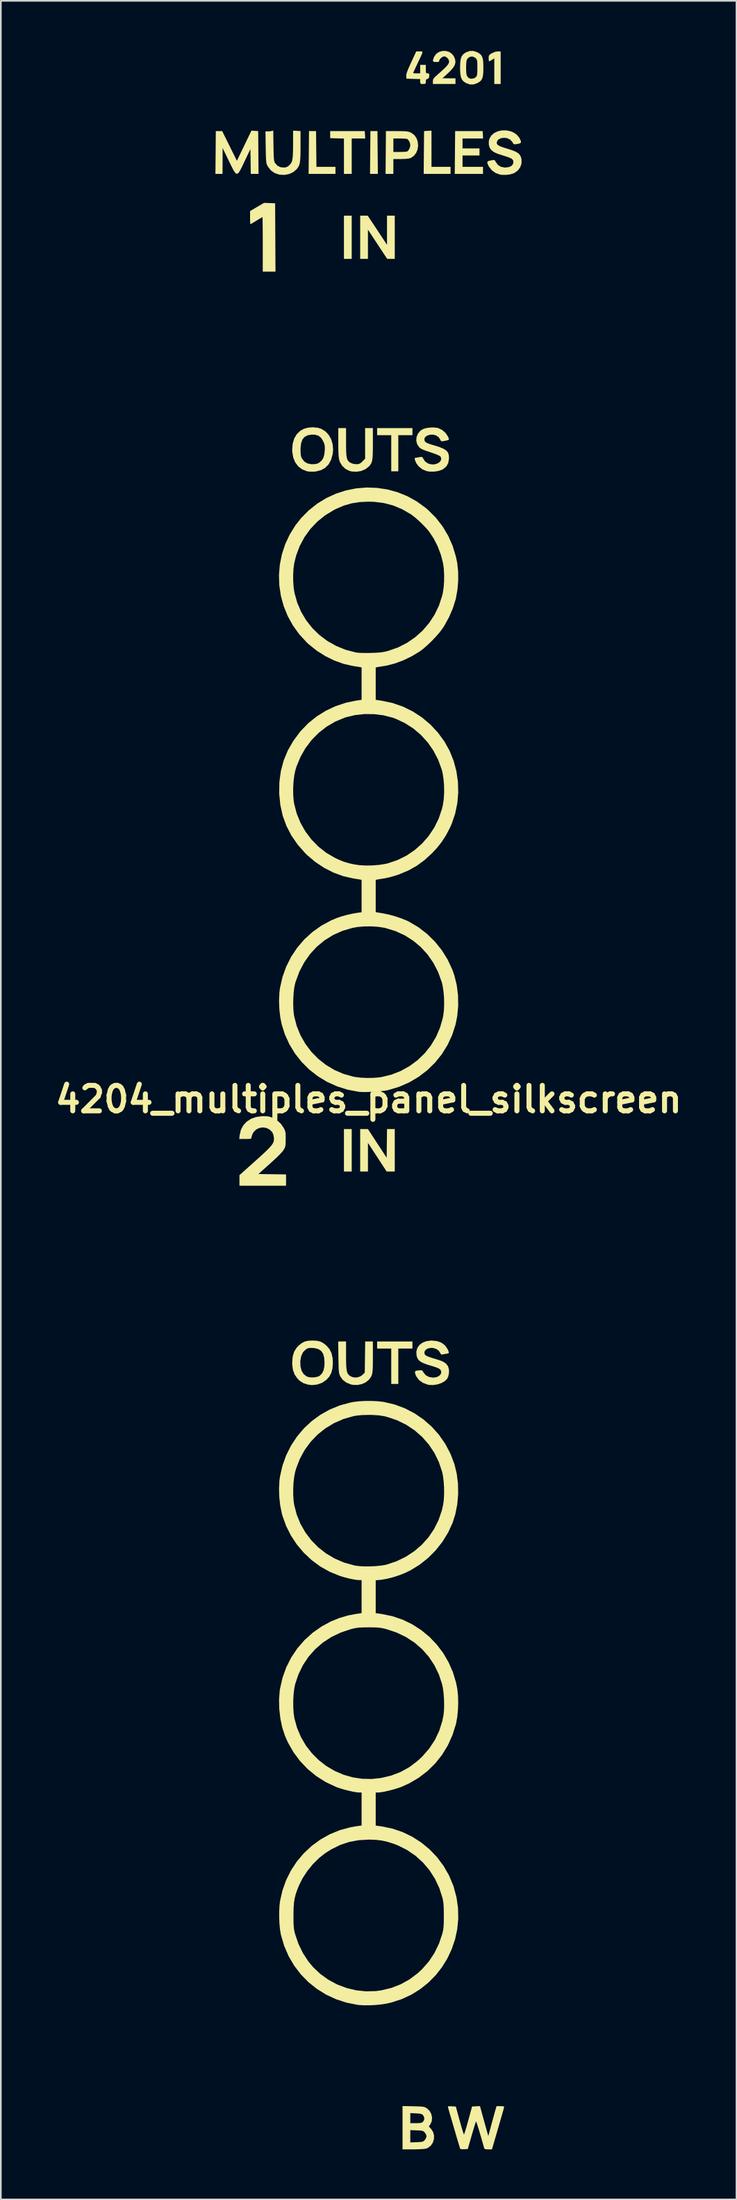
<source format=kicad_pcb>
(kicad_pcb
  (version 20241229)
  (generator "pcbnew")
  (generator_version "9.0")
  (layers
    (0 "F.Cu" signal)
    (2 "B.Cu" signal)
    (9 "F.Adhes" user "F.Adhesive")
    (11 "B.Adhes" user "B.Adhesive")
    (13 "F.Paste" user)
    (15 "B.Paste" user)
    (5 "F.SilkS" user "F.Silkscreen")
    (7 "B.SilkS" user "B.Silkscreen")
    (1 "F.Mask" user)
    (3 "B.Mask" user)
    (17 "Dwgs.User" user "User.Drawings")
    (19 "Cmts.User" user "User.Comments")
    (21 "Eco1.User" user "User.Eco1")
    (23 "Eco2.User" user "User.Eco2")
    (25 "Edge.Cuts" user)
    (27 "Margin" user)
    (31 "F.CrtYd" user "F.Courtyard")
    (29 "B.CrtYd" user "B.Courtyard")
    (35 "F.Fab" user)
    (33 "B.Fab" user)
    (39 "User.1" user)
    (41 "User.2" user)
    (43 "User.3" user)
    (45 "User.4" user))
  (footprint "4204_multiples_panel_silkscreen"
    (layer "F.Cu")
    (at 19.057 62.787)
    (property "Reference" "4204_multiples_panel_silkscreen" (at 0 0 0) (layer "F.SilkS") (effects (font (size 1.524 1.524) (thickness 0.3))))
    (attr board_only exclude_from_pos_files exclude_from_bom)
    (fp_poly (pts (xy -1.016 -50.334) (xy -1.482 -50.334) (xy -1.482 -52.92) (xy -1.016 -52.92)) (stroke (width 0) (type solid)) (fill yes) (layer "F.SilkS"))
    (fp_poly (pts (xy -1.016 4.325) (xy -1.482 4.325) (xy -1.482 1.781) (xy -1.016 1.781)) (stroke (width 0) (type solid)) (fill yes) (layer "F.SilkS"))
    (fp_poly (pts (xy 0.54 -56.705) (xy 0.552 -55.422) (xy 0.083 -55.422) (xy 0.095 -56.705) (xy 0.106 -57.987) (xy 0.529 -57.987)) (stroke (width 0) (type solid)) (fill yes) (layer "F.SilkS"))
    (fp_poly (pts (xy 3.768 -55.846) (xy 4.911 -55.846) (xy 4.911 -55.422) (xy 3.301 -55.422) (xy 3.312 -56.705) (xy 3.323 -57.987) (xy 3.768 -58.013)) (stroke (width 0) (type solid)) (fill yes) (layer "F.SilkS"))
    (fp_poly (pts (xy -3.143 -56.917) (xy -3.131 -55.846) (xy -1.99 -55.846) (xy -1.99 -55.422) (xy -3.6 -55.422) (xy -3.588 -56.705) (xy -3.577 -57.987) (xy -3.154 -57.987)) (stroke (width 0) (type solid)) (fill yes) (layer "F.SilkS"))
    (fp_poly (pts (xy 2.625 -39.775) (xy 1.778 -39.775) (xy 1.778 -37.612) (xy 1.355 -37.612) (xy 1.355 -39.775) (xy 0.508 -39.775) (xy 0.508 -40.199) (xy 2.625 -40.199)) (stroke (width 0) (type solid)) (fill yes) (layer "F.SilkS"))
    (fp_poly (pts (xy 2.625 14.926) (xy 1.778 14.926) (xy 1.778 17.046) (xy 1.355 17.046) (xy 1.355 14.926) (xy 0.508 14.926) (xy 0.508 14.502) (xy 2.625 14.502)) (stroke (width 0) (type solid)) (fill yes) (layer "F.SilkS"))
    (fp_poly (pts (xy -0.22 -57.765) (xy -0.207 -57.542) (xy -1.016 -57.542) (xy -1.016 -55.422) (xy -1.482 -55.422) (xy -1.482 -57.539) (xy -1.894 -57.551) (xy -2.307 -57.563) (xy -2.307 -57.987) (xy -0.233 -57.987)) (stroke (width 0) (type solid)) (fill yes) (layer "F.SilkS"))
    (fp_poly (pts (xy 0.523 -52.048) (xy 1.101 -51.176) (xy 1.101 -52.92) (xy 1.566 -52.92) (xy 1.566 -50.334) (xy 1.111 -50.334) (xy 0.534 -51.208) (xy -0.042 -52.083) (xy -0.042 -50.334) (xy -0.508 -50.334) (xy -0.508 -52.92) (xy -0.054 -52.92)) (stroke (width 0) (type solid)) (fill yes) (layer "F.SilkS"))
    (fp_poly (pts (xy 6.85 -57.765) (xy 6.862 -57.542) (xy 5.63 -57.542) (xy 5.63 -56.949) (xy 6.646 -56.949) (xy 6.646 -56.525) (xy 5.63 -56.525) (xy 5.63 -55.846) (xy 6.858 -55.846) (xy 6.858 -55.422) (xy 5.163 -55.422) (xy 5.175 -56.705) (xy 5.186 -57.987) (xy 6.837 -57.987)) (stroke (width 0) (type solid)) (fill yes) (layer "F.SilkS"))
    (fp_poly (pts (xy 0.518 2.639) (xy 1.079 3.496) (xy 1.091 2.639) (xy 1.102 1.781) (xy 1.566 1.781) (xy 1.566 4.325) (xy 1.323 4.325) (xy 1.079 4.324) (xy 0.519 3.466) (xy -0.041 2.608) (xy -0.041 3.467) (xy -0.042 4.325) (xy -0.508 4.325) (xy -0.508 1.781) (xy -0.043 1.781)) (stroke (width 0) (type solid)) (fill yes) (layer "F.SilkS"))
    (fp_poly (pts (xy 7.916 -60.807) (xy 7.535 -60.807) (xy 7.535 -62.341) (xy 7.393 -62.253) (xy 7.296 -62.196) (xy 7.231 -62.166) (xy 7.223 -62.164) (xy 7.207 -62.202) (xy 7.198 -62.298) (xy 7.197 -62.351) (xy 7.202 -62.465) (xy 7.232 -62.538) (xy 7.305 -62.6) (xy 7.384 -62.648) (xy 7.587 -62.735) (xy 7.744 -62.758) (xy 7.916 -62.758)) (stroke (width 0) (type solid)) (fill yes) (layer "F.SilkS"))
    (fp_poly (pts (xy -6.827 -58) (xy -6.625 -57.987) (xy -6.614 -56.705) (xy -6.603 -55.422) (xy -7.068 -55.422) (xy -7.079 -56.165) (xy -7.091 -56.908) (xy -7.439 -56.176) (xy -7.58 -55.879) (xy -7.693 -55.656) (xy -7.784 -55.508) (xy -7.864 -55.434) (xy -7.94 -55.435) (xy -8.021 -55.51) (xy -8.115 -55.661) (xy -8.23 -55.886) (xy -8.377 -56.187) (xy -8.38 -56.193) (xy -8.756 -56.97) (xy -8.763 -55.422) (xy -9.188 -55.422) (xy -9.176 -56.705) (xy -9.165 -57.987) (xy -8.784 -57.987) (xy -7.901 -56.207) (xy -7.465 -57.11) (xy -7.029 -58.013)) (stroke (width 0) (type solid)) (fill yes) (layer "F.SilkS"))
    (fp_poly (pts (xy -5.941 -53.675) (xy -5.609 -53.662) (xy -5.598 -51.616) (xy -5.587 -49.57) (xy -6.35 -49.57) (xy -6.35 -51.203) (xy -6.35 -51.566) (xy -6.352 -51.9) (xy -6.354 -52.198) (xy -6.356 -52.449) (xy -6.359 -52.645) (xy -6.363 -52.776) (xy -6.367 -52.834) (xy -6.368 -52.835) (xy -6.409 -52.814) (xy -6.506 -52.758) (xy -6.64 -52.677) (xy -6.727 -52.623) (xy -6.877 -52.532) (xy -6.998 -52.46) (xy -7.074 -52.418) (xy -7.09 -52.411) (xy -7.1 -52.451) (xy -7.107 -52.556) (xy -7.111 -52.709) (xy -7.111 -52.804) (xy -7.11 -53.196) (xy -6.692 -53.442) (xy -6.274 -53.687)) (stroke (width 0) (type solid)) (fill yes) (layer "F.SilkS"))
    (fp_poly (pts (xy -1.355 -39.35) (xy -1.353 -39.015) (xy -1.346 -38.754) (xy -1.331 -38.556) (xy -1.306 -38.408) (xy -1.269 -38.3) (xy -1.216 -38.221) (xy -1.147 -38.158) (xy -1.093 -38.122) (xy -0.907 -38.053) (xy -0.746 -38.037) (xy -0.616 -38.044) (xy -0.521 -38.077) (xy -0.425 -38.153) (xy -0.376 -38.201) (xy -0.212 -38.366) (xy -0.212 -40.199) (xy 0.254 -40.199) (xy 0.254 -39.265) (xy 0.253 -38.923) (xy 0.247 -38.654) (xy 0.235 -38.446) (xy 0.215 -38.286) (xy 0.185 -38.163) (xy 0.141 -38.065) (xy 0.082 -37.979) (xy 0.008 -37.895) (xy -0.197 -37.736) (xy -0.45 -37.63) (xy -0.73 -37.584) (xy -1.014 -37.601) (xy -1.155 -37.636) (xy -1.388 -37.753) (xy -1.582 -37.933) (xy -1.72 -38.159) (xy -1.755 -38.254) (xy -1.779 -38.361) (xy -1.798 -38.5) (xy -1.81 -38.682) (xy -1.817 -38.921) (xy -1.82 -39.228) (xy -1.82 -39.337) (xy -1.82 -40.199) (xy -1.355 -40.199)) (stroke (width 0) (type solid)) (fill yes) (layer "F.SilkS"))
    (fp_poly (pts (xy -1.355 15.354) (xy -1.353 15.688) (xy -1.345 15.948) (xy -1.33 16.147) (xy -1.304 16.295) (xy -1.265 16.404) (xy -1.21 16.485) (xy -1.138 16.55) (xy -1.083 16.587) (xy -0.904 16.654) (xy -0.703 16.657) (xy -0.509 16.6) (xy -0.368 16.501) (xy -0.233 16.366) (xy -0.22 15.434) (xy -0.207 14.502) (xy 0.254 14.502) (xy 0.254 15.436) (xy 0.253 15.769) (xy 0.249 16.03) (xy 0.239 16.23) (xy 0.221 16.384) (xy 0.193 16.502) (xy 0.153 16.599) (xy 0.099 16.686) (xy 0.029 16.776) (xy 0.018 16.788) (xy -0.164 16.944) (xy -0.398 17.052) (xy -0.661 17.107) (xy -0.931 17.102) (xy -1.067 17.074) (xy -1.345 16.96) (xy -1.559 16.795) (xy -1.699 16.593) (xy -1.732 16.522) (xy -1.757 16.452) (xy -1.775 16.369) (xy -1.788 16.262) (xy -1.798 16.116) (xy -1.804 15.92) (xy -1.809 15.66) (xy -1.813 15.446) (xy -1.826 14.502) (xy -1.355 14.502)) (stroke (width 0) (type solid)) (fill yes) (layer "F.SilkS"))
    (fp_poly (pts (xy 1.699 -57.985) (xy 1.953 -57.983) (xy 2.14 -57.979) (xy 2.275 -57.97) (xy 2.375 -57.953) (xy 2.457 -57.928) (xy 2.537 -57.892) (xy 2.563 -57.879) (xy 2.745 -57.742) (xy 2.872 -57.557) (xy 2.946 -57.342) (xy 2.965 -57.112) (xy 2.932 -56.884) (xy 2.846 -56.674) (xy 2.709 -56.499) (xy 2.52 -56.374) (xy 2.51 -56.37) (xy 2.387 -56.34) (xy 2.195 -56.32) (xy 1.949 -56.313) (xy 1.928 -56.313) (xy 1.482 -56.313) (xy 1.482 -55.422) (xy 1.015 -55.422) (xy 1.026 -56.705) (xy 1.026 -56.737) (xy 1.482 -56.737) (xy 1.859 -56.737) (xy 2.037 -56.739) (xy 2.187 -56.747) (xy 2.285 -56.758) (xy 2.305 -56.763) (xy 2.383 -56.829) (xy 2.452 -56.947) (xy 2.493 -57.082) (xy 2.498 -57.139) (xy 2.475 -57.271) (xy 2.417 -57.401) (xy 2.341 -57.494) (xy 2.305 -57.516) (xy 2.234 -57.528) (xy 2.101 -57.537) (xy 1.932 -57.542) (xy 1.859 -57.542) (xy 1.482 -57.542) (xy 1.482 -56.737) (xy 1.026 -56.737) (xy 1.037 -57.987)) (stroke (width 0) (type solid)) (fill yes) (layer "F.SilkS"))
    (fp_poly (pts (xy 4.809 -62.735) (xy 4.981 -62.628) (xy 5.109 -62.466) (xy 5.12 -62.445) (xy 5.189 -62.263) (xy 5.204 -62.097) (xy 5.162 -61.936) (xy 5.057 -61.765) (xy 4.885 -61.574) (xy 4.758 -61.454) (xy 4.424 -61.148) (xy 4.815 -61.148) (xy 5.207 -61.147) (xy 5.207 -60.807) (xy 3.852 -60.807) (xy 3.852 -60.966) (xy 3.857 -61.04) (xy 3.879 -61.105) (xy 3.929 -61.175) (xy 4.019 -61.266) (xy 4.159 -61.392) (xy 4.216 -61.442) (xy 4.441 -61.642) (xy 4.606 -61.8) (xy 4.719 -61.924) (xy 4.788 -62.025) (xy 4.821 -62.111) (xy 4.826 -62.163) (xy 4.789 -62.281) (xy 4.699 -62.388) (xy 4.583 -62.453) (xy 4.53 -62.461) (xy 4.432 -62.431) (xy 4.33 -62.358) (xy 4.255 -62.268) (xy 4.233 -62.204) (xy 4.22 -62.152) (xy 4.165 -62.128) (xy 4.048 -62.122) (xy 4.043 -62.122) (xy 3.923 -62.131) (xy 3.863 -62.167) (xy 3.857 -62.243) (xy 3.902 -62.373) (xy 3.933 -62.444) (xy 4.051 -62.612) (xy 4.215 -62.725) (xy 4.409 -62.783) (xy 4.612 -62.787)) (stroke (width 0) (type solid)) (fill yes) (layer "F.SilkS"))
    (fp_poly (pts (xy -5.707 -57.112) (xy -5.702 -56.806) (xy -5.696 -56.572) (xy -5.687 -56.399) (xy -5.676 -56.275) (xy -5.66 -56.186) (xy -5.639 -56.122) (xy -5.614 -56.074) (xy -5.473 -55.915) (xy -5.285 -55.825) (xy -5.105 -55.804) (xy -4.964 -55.816) (xy -4.855 -55.864) (xy -4.758 -55.943) (xy -4.688 -56.015) (xy -4.635 -56.094) (xy -4.595 -56.193) (xy -4.567 -56.323) (xy -4.548 -56.495) (xy -4.538 -56.722) (xy -4.533 -57.015) (xy -4.532 -57.237) (xy -4.53 -58.013) (xy -4.085 -57.987) (xy -4.085 -57.076) (xy -4.087 -56.734) (xy -4.092 -56.464) (xy -4.105 -56.255) (xy -4.126 -56.093) (xy -4.158 -55.966) (xy -4.204 -55.863) (xy -4.264 -55.77) (xy -4.333 -55.687) (xy -4.529 -55.524) (xy -4.775 -55.414) (xy -5.05 -55.362) (xy -5.332 -55.375) (xy -5.363 -55.381) (xy -5.635 -55.472) (xy -5.858 -55.628) (xy -6.038 -55.856) (xy -6.08 -55.931) (xy -6.107 -55.99) (xy -6.127 -56.062) (xy -6.142 -56.16) (xy -6.154 -56.295) (xy -6.162 -56.48) (xy -6.168 -56.727) (xy -6.173 -57.023) (xy -6.188 -57.966) (xy -6.047 -57.967) (xy -5.917 -57.975) (xy -5.813 -57.992) (xy -5.721 -58.017)) (stroke (width 0) (type solid)) (fill yes) (layer "F.SilkS"))
    (fp_poly (pts (xy 3.187 -62.757) (xy 3.218 -62.74) (xy 3.224 -62.699) (xy 3.202 -62.624) (xy 3.152 -62.505) (xy 3.071 -62.331) (xy 2.957 -62.092) (xy 2.925 -62.024) (xy 2.832 -61.828) (xy 2.755 -61.661) (xy 2.698 -61.537) (xy 2.669 -61.47) (xy 2.667 -61.462) (xy 2.705 -61.451) (xy 2.803 -61.445) (xy 2.879 -61.443) (xy 3.09 -61.443) (xy 3.09 -61.952) (xy 3.429 -61.952) (xy 3.429 -61.698) (xy 3.431 -61.557) (xy 3.443 -61.481) (xy 3.474 -61.45) (xy 3.532 -61.443) (xy 3.537 -61.443) (xy 3.608 -61.435) (xy 3.635 -61.394) (xy 3.634 -61.295) (xy 3.633 -61.284) (xy 3.613 -61.174) (xy 3.568 -61.124) (xy 3.524 -61.112) (xy 3.458 -61.086) (xy 3.432 -61.017) (xy 3.429 -60.953) (xy 3.424 -60.86) (xy 3.392 -60.818) (xy 3.308 -60.808) (xy 3.26 -60.807) (xy 3.151 -60.812) (xy 3.103 -60.84) (xy 3.091 -60.912) (xy 3.09 -60.954) (xy 3.09 -61.101) (xy 2.678 -61.113) (xy 2.265 -61.125) (xy 2.252 -61.279) (xy 2.256 -61.359) (xy 2.282 -61.466) (xy 2.335 -61.613) (xy 2.418 -61.811) (xy 2.536 -62.072) (xy 2.547 -62.095) (xy 2.855 -62.758) (xy 3.056 -62.758) (xy 3.132 -62.759)) (stroke (width 0) (type solid)) (fill yes) (layer "F.SilkS"))
    (fp_poly (pts (xy -3.049 -40.218) (xy -2.837 -40.153) (xy -2.592 -40.003) (xy -2.393 -39.791) (xy -2.247 -39.529) (xy -2.158 -39.228) (xy -2.132 -38.901) (xy -2.159 -38.631) (xy -2.253 -38.295) (xy -2.403 -38.024) (xy -2.607 -37.817) (xy -2.864 -37.676) (xy -3.175 -37.6) (xy -3.269 -37.591) (xy -3.441 -37.588) (xy -3.606 -37.599) (xy -3.695 -37.614) (xy -3.984 -37.726) (xy -4.221 -37.903) (xy -4.4 -38.139) (xy -4.521 -38.431) (xy -4.579 -38.773) (xy -4.585 -38.906) (xy -4.085 -38.906) (xy -4.081 -38.703) (xy -4.066 -38.56) (xy -4.037 -38.454) (xy -3.998 -38.376) (xy -3.857 -38.196) (xy -3.679 -38.086) (xy -3.452 -38.039) (xy -3.365 -38.036) (xy -3.186 -38.046) (xy -3.055 -38.08) (xy -2.961 -38.132) (xy -2.813 -38.261) (xy -2.713 -38.424) (xy -2.655 -38.636) (xy -2.633 -38.843) (xy -2.627 -39.027) (xy -2.637 -39.162) (xy -2.669 -39.282) (xy -2.722 -39.407) (xy -2.848 -39.611) (xy -3.011 -39.743) (xy -3.22 -39.805) (xy -3.428 -39.809) (xy -3.664 -39.766) (xy -3.843 -39.67) (xy -3.97 -39.518) (xy -4.048 -39.302) (xy -4.083 -39.019) (xy -4.085 -38.906) (xy -4.585 -38.906) (xy -4.555 -39.266) (xy -4.463 -39.578) (xy -4.309 -39.837) (xy -4.097 -40.039) (xy -3.894 -40.153) (xy -3.632 -40.227) (xy -3.339 -40.249)) (stroke (width 0) (type solid)) (fill yes) (layer "F.SilkS"))
    (fp_poly (pts (xy 6.291 -62.785) (xy 6.52 -62.705) (xy 6.654 -62.625) (xy 6.751 -62.533) (xy 6.816 -62.415) (xy 6.856 -62.255) (xy 6.875 -62.039) (xy 6.879 -61.783) (xy 6.874 -61.503) (xy 6.853 -61.293) (xy 6.811 -61.137) (xy 6.743 -61.022) (xy 6.643 -60.932) (xy 6.52 -60.86) (xy 6.288 -60.779) (xy 6.065 -60.781) (xy 5.841 -60.862) (xy 5.703 -60.951) (xy 5.604 -61.059) (xy 5.538 -61.2) (xy 5.5 -61.389) (xy 5.484 -61.64) (xy 5.482 -61.783) (xy 5.483 -61.813) (xy 5.843 -61.813) (xy 5.847 -61.619) (xy 5.859 -61.448) (xy 5.881 -61.325) (xy 5.889 -61.301) (xy 5.986 -61.175) (xy 6.121 -61.119) (xy 6.282 -61.138) (xy 6.347 -61.166) (xy 6.418 -61.209) (xy 6.466 -61.26) (xy 6.496 -61.336) (xy 6.512 -61.453) (xy 6.518 -61.626) (xy 6.519 -61.809) (xy 6.518 -62.01) (xy 6.511 -62.146) (xy 6.496 -62.234) (xy 6.469 -62.295) (xy 6.425 -62.347) (xy 6.415 -62.357) (xy 6.282 -62.439) (xy 6.134 -62.45) (xy 5.998 -62.395) (xy 5.896 -62.279) (xy 5.889 -62.264) (xy 5.865 -62.162) (xy 5.849 -62.003) (xy 5.843 -61.813) (xy 5.483 -61.813) (xy 5.49 -62.068) (xy 5.517 -62.284) (xy 5.569 -62.446) (xy 5.652 -62.567) (xy 5.772 -62.663) (xy 5.841 -62.703) (xy 6.068 -62.785)) (stroke (width 0) (type solid)) (fill yes) (layer "F.SilkS"))
    (fp_poly (pts (xy -3.108 14.459) (xy -2.905 14.505) (xy -2.727 14.594) (xy -2.546 14.737) (xy -2.523 14.757) (xy -2.345 14.963) (xy -2.226 15.204) (xy -2.162 15.493) (xy -2.146 15.774) (xy -2.168 16.106) (xy -2.238 16.38) (xy -2.362 16.609) (xy -2.538 16.803) (xy -2.789 16.975) (xy -3.08 17.08) (xy -3.39 17.114) (xy -3.629 17.088) (xy -3.902 17.003) (xy -4.126 16.865) (xy -4.274 16.72) (xy -4.435 16.488) (xy -4.536 16.223) (xy -4.581 15.91) (xy -4.585 15.753) (xy -4.58 15.696) (xy -4.099 15.696) (xy -4.088 16.003) (xy -4.019 16.259) (xy -3.895 16.458) (xy -3.718 16.596) (xy -3.716 16.597) (xy -3.56 16.644) (xy -3.367 16.658) (xy -3.171 16.64) (xy -3.003 16.593) (xy -2.935 16.554) (xy -2.795 16.413) (xy -2.704 16.23) (xy -2.656 15.992) (xy -2.646 15.774) (xy -2.666 15.472) (xy -2.731 15.24) (xy -2.844 15.071) (xy -3.01 14.96) (xy -3.233 14.902) (xy -3.343 14.892) (xy -3.508 14.888) (xy -3.62 14.903) (xy -3.713 14.943) (xy -3.764 14.976) (xy -3.932 15.141) (xy -4.043 15.37) (xy -4.097 15.659) (xy -4.099 15.696) (xy -4.58 15.696) (xy -4.556 15.41) (xy -4.472 15.125) (xy -4.329 14.887) (xy -4.208 14.757) (xy -4.025 14.608) (xy -3.848 14.513) (xy -3.649 14.462) (xy -3.399 14.446) (xy -3.365 14.446)) (stroke (width 0) (type solid)) (fill yes) (layer "F.SilkS"))
    (fp_poly (pts (xy -6.122 1.012) (xy -5.968 1.034) (xy -5.827 1.079) (xy -5.751 1.111) (xy -5.469 1.274) (xy -5.25 1.481) (xy -5.099 1.704) (xy -5.042 1.813) (xy -5.006 1.908) (xy -4.985 2.014) (xy -4.976 2.154) (xy -4.974 2.353) (xy -4.974 2.375) (xy -4.976 2.58) (xy -4.984 2.723) (xy -5.003 2.828) (xy -5.036 2.918) (xy -5.089 3.015) (xy -5.093 3.022) (xy -5.178 3.136) (xy -5.326 3.297) (xy -5.534 3.502) (xy -5.797 3.745) (xy -5.912 3.849) (xy -6.612 4.474) (xy -5.783 4.485) (xy -4.953 4.497) (xy -4.953 5.173) (xy -7.747 5.173) (xy -7.747 4.541) (xy -6.794 3.689) (xy -6.492 3.417) (xy -6.248 3.193) (xy -6.057 3.009) (xy -5.912 2.859) (xy -5.808 2.733) (xy -5.738 2.625) (xy -5.698 2.527) (xy -5.68 2.433) (xy -5.679 2.333) (xy -5.683 2.279) (xy -5.713 2.129) (xy -5.764 1.996) (xy -5.788 1.958) (xy -5.95 1.802) (xy -6.146 1.71) (xy -6.357 1.683) (xy -6.565 1.717) (xy -6.753 1.813) (xy -6.903 1.969) (xy -6.944 2.038) (xy -6.997 2.161) (xy -7.025 2.266) (xy -7.027 2.288) (xy -7.034 2.33) (xy -7.063 2.356) (xy -7.133 2.369) (xy -7.259 2.374) (xy -7.393 2.375) (xy -7.759 2.375) (xy -7.735 2.147) (xy -7.664 1.835) (xy -7.523 1.564) (xy -7.319 1.341) (xy -7.059 1.17) (xy -6.748 1.058) (xy -6.395 1.009) (xy -6.325 1.008)) (stroke (width 0) (type solid)) (fill yes) (layer "F.SilkS"))
    (fp_poly (pts (xy 2.681 60.305) (xy 2.93 60.312) (xy 3.111 60.319) (xy 3.239 60.33) (xy 3.331 60.348) (xy 3.402 60.374) (xy 3.469 60.412) (xy 3.502 60.434) (xy 3.657 60.583) (xy 3.759 60.775) (xy 3.802 60.988) (xy 3.784 61.2) (xy 3.698 61.39) (xy 3.691 61.399) (xy 3.608 61.511) (xy 3.748 61.664) (xy 3.869 61.852) (xy 3.923 62.063) (xy 3.915 62.28) (xy 3.848 62.485) (xy 3.728 62.662) (xy 3.56 62.792) (xy 3.438 62.841) (xy 3.339 62.857) (xy 3.176 62.87) (xy 2.968 62.88) (xy 2.736 62.885) (xy 2.656 62.885) (xy 2.032 62.885) (xy 2.032 61.732) (xy 2.498 61.732) (xy 2.498 62.47) (xy 2.882 62.455) (xy 3.067 62.446) (xy 3.188 62.433) (xy 3.267 62.409) (xy 3.323 62.37) (xy 3.369 62.321) (xy 3.438 62.214) (xy 3.471 62.11) (xy 3.471 62.101) (xy 3.444 62.001) (xy 3.378 61.891) (xy 3.369 61.88) (xy 3.315 61.824) (xy 3.256 61.787) (xy 3.172 61.766) (xy 3.042 61.754) (xy 2.882 61.747) (xy 2.498 61.732) (xy 2.032 61.732) (xy 2.032 60.714) (xy 2.498 60.714) (xy 2.498 61.316) (xy 2.836 61.316) (xy 3.016 61.313) (xy 3.133 61.299) (xy 3.209 61.271) (xy 3.26 61.231) (xy 3.333 61.105) (xy 3.329 60.963) (xy 3.264 60.844) (xy 3.212 60.793) (xy 3.144 60.761) (xy 3.039 60.742) (xy 2.873 60.731) (xy 2.84 60.729) (xy 2.498 60.714) (xy 2.032 60.714) (xy 2.032 60.291)) (stroke (width 0) (type solid)) (fill yes) (layer "F.SilkS"))
    (fp_poly (pts (xy 8.474 -57.987) (xy 8.701 -57.897) (xy 8.896 -57.758) (xy 9.044 -57.572) (xy 9.058 -57.544) (xy 9.124 -57.401) (xy 9.137 -57.311) (xy 9.089 -57.258) (xy 8.974 -57.224) (xy 8.922 -57.215) (xy 8.792 -57.196) (xy 8.718 -57.2) (xy 8.671 -57.238) (xy 8.625 -57.317) (xy 8.497 -57.469) (xy 8.316 -57.56) (xy 8.132 -57.585) (xy 7.924 -57.558) (xy 7.777 -57.48) (xy 7.71 -57.39) (xy 7.681 -57.295) (xy 7.695 -57.215) (xy 7.759 -57.145) (xy 7.883 -57.077) (xy 8.074 -57.006) (xy 8.306 -56.935) (xy 8.595 -56.843) (xy 8.811 -56.756) (xy 8.965 -56.663) (xy 9.069 -56.556) (xy 9.134 -56.428) (xy 9.168 -56.285) (xy 9.166 -56.042) (xy 9.089 -55.817) (xy 8.944 -55.624) (xy 8.74 -55.478) (xy 8.678 -55.45) (xy 8.477 -55.392) (xy 8.237 -55.363) (xy 7.999 -55.365) (xy 7.879 -55.381) (xy 7.61 -55.478) (xy 7.383 -55.642) (xy 7.211 -55.863) (xy 7.193 -55.897) (xy 7.129 -56.035) (xy 7.113 -56.124) (xy 7.156 -56.181) (xy 7.267 -56.218) (xy 7.411 -56.246) (xy 7.512 -56.255) (xy 7.572 -56.226) (xy 7.624 -56.14) (xy 7.633 -56.122) (xy 7.757 -55.954) (xy 7.936 -55.846) (xy 8.163 -55.804) (xy 8.191 -55.804) (xy 8.407 -55.829) (xy 8.564 -55.899) (xy 8.656 -56.011) (xy 8.678 -56.12) (xy 8.671 -56.203) (xy 8.641 -56.27) (xy 8.577 -56.328) (xy 8.469 -56.384) (xy 8.303 -56.446) (xy 8.07 -56.521) (xy 8.007 -56.54) (xy 7.749 -56.625) (xy 7.56 -56.705) (xy 7.424 -56.79) (xy 7.326 -56.888) (xy 7.256 -56.999) (xy 7.205 -57.172) (xy 7.205 -57.373) (xy 7.242 -57.529) (xy 7.357 -57.724) (xy 7.528 -57.871) (xy 7.74 -57.972) (xy 7.978 -58.025) (xy 8.228 -58.03)) (stroke (width 0) (type solid)) (fill yes) (layer "F.SilkS"))
    (fp_poly (pts (xy 4.103 14.48) (xy 4.37 14.578) (xy 4.582 14.739) (xy 4.736 14.96) (xy 4.801 15.123) (xy 4.809 15.179) (xy 4.775 15.212) (xy 4.683 15.235) (xy 4.631 15.243) (xy 4.503 15.264) (xy 4.408 15.284) (xy 4.386 15.291) (xy 4.339 15.269) (xy 4.293 15.191) (xy 4.29 15.184) (xy 4.195 15.044) (xy 4.04 14.942) (xy 3.846 14.889) (xy 3.763 14.884) (xy 3.586 14.909) (xy 3.446 14.979) (xy 3.362 15.08) (xy 3.344 15.159) (xy 3.35 15.228) (xy 3.372 15.285) (xy 3.423 15.335) (xy 3.512 15.384) (xy 3.649 15.438) (xy 3.845 15.502) (xy 4.11 15.581) (xy 4.178 15.601) (xy 4.446 15.701) (xy 4.638 15.826) (xy 4.76 15.983) (xy 4.816 16.179) (xy 4.818 16.383) (xy 4.771 16.607) (xy 4.7 16.748) (xy 4.558 16.885) (xy 4.356 16.995) (xy 4.119 17.073) (xy 3.868 17.112) (xy 3.627 17.104) (xy 3.545 17.087) (xy 3.253 16.979) (xy 3.025 16.817) (xy 2.862 16.602) (xy 2.799 16.456) (xy 2.775 16.342) (xy 2.805 16.276) (xy 2.899 16.244) (xy 2.995 16.235) (xy 3.103 16.229) (xy 3.174 16.224) (xy 3.175 16.224) (xy 3.22 16.255) (xy 3.279 16.337) (xy 3.294 16.365) (xy 3.426 16.524) (xy 3.615 16.625) (xy 3.853 16.664) (xy 3.88 16.665) (xy 4.065 16.64) (xy 4.212 16.572) (xy 4.313 16.476) (xy 4.357 16.362) (xy 4.335 16.244) (xy 4.273 16.163) (xy 4.196 16.116) (xy 4.059 16.058) (xy 3.885 15.998) (xy 3.776 15.965) (xy 3.48 15.875) (xy 3.258 15.79) (xy 3.097 15.701) (xy 2.987 15.603) (xy 2.916 15.487) (xy 2.877 15.364) (xy 2.859 15.117) (xy 2.916 14.899) (xy 3.041 14.716) (xy 3.227 14.574) (xy 3.467 14.482) (xy 3.754 14.447) (xy 3.784 14.447)) (stroke (width 0) (type solid)) (fill yes) (layer "F.SilkS"))
    (fp_poly (pts (xy 6.855 60.943) (xy 6.923 61.188) (xy 6.989 61.426) (xy 7.047 61.634) (xy 7.091 61.792) (xy 7.105 61.839) (xy 7.176 62.085) (xy 7.358 61.41) (xy 7.425 61.163) (xy 7.49 60.928) (xy 7.546 60.724) (xy 7.589 60.571) (xy 7.605 60.516) (xy 7.669 60.298) (xy 7.903 60.298) (xy 8.036 60.3) (xy 8.103 60.312) (xy 8.122 60.345) (xy 8.11 60.409) (xy 8.109 60.415) (xy 8.09 60.485) (xy 8.05 60.625) (xy 7.994 60.823) (xy 7.923 61.068) (xy 7.842 61.348) (xy 7.754 61.653) (xy 7.738 61.708) (xy 7.395 62.885) (xy 7.171 62.885) (xy 7.04 62.882) (xy 6.968 62.864) (xy 6.931 62.818) (xy 6.909 62.747) (xy 6.819 62.427) (xy 6.732 62.124) (xy 6.651 61.848) (xy 6.578 61.61) (xy 6.518 61.419) (xy 6.472 61.285) (xy 6.444 61.218) (xy 6.438 61.213) (xy 6.419 61.259) (xy 6.381 61.374) (xy 6.328 61.545) (xy 6.264 61.76) (xy 6.192 62.005) (xy 6.179 62.05) (xy 5.945 62.864) (xy 5.728 62.877) (xy 5.601 62.878) (xy 5.513 62.867) (xy 5.491 62.855) (xy 5.475 62.807) (xy 5.438 62.689) (xy 5.384 62.509) (xy 5.315 62.28) (xy 5.236 62.011) (xy 5.149 61.713) (xy 5.126 61.634) (xy 5.037 61.328) (xy 4.954 61.046) (xy 4.882 60.799) (xy 4.824 60.598) (xy 4.782 60.454) (xy 4.759 60.377) (xy 4.757 60.37) (xy 4.753 60.328) (xy 4.785 60.307) (xy 4.871 60.303) (xy 4.981 60.307) (xy 5.228 60.32) (xy 5.457 61.157) (xy 5.528 61.409) (xy 5.592 61.631) (xy 5.647 61.81) (xy 5.688 61.934) (xy 5.712 61.992) (xy 5.715 61.995) (xy 5.734 61.956) (xy 5.771 61.847) (xy 5.823 61.681) (xy 5.885 61.469) (xy 5.954 61.223) (xy 5.973 61.157) (xy 6.202 60.32) (xy 6.439 60.307) (xy 6.676 60.295)) (stroke (width 0) (type solid)) (fill yes) (layer "F.SilkS"))
    (fp_poly (pts (xy 4.073 -40.222) (xy 4.177 -40.198) (xy 4.419 -40.08) (xy 4.62 -39.902) (xy 4.763 -39.681) (xy 4.802 -39.577) (xy 4.814 -39.533) (xy 4.808 -39.504) (xy 4.771 -39.481) (xy 4.686 -39.459) (xy 4.539 -39.429) (xy 4.455 -39.413) (xy 4.367 -39.41) (xy 4.316 -39.457) (xy 4.29 -39.517) (xy 4.195 -39.659) (xy 4.045 -39.757) (xy 3.864 -39.808) (xy 3.672 -39.803) (xy 3.492 -39.739) (xy 3.482 -39.733) (xy 3.383 -39.653) (xy 3.346 -39.56) (xy 3.344 -39.522) (xy 3.355 -39.442) (xy 3.395 -39.377) (xy 3.477 -39.319) (xy 3.612 -39.261) (xy 3.812 -39.197) (xy 3.934 -39.162) (xy 4.239 -39.067) (xy 4.47 -38.973) (xy 4.634 -38.873) (xy 4.741 -38.757) (xy 4.799 -38.618) (xy 4.818 -38.447) (xy 4.816 -38.349) (xy 4.77 -38.1) (xy 4.661 -37.903) (xy 4.481 -37.751) (xy 4.388 -37.7) (xy 4.171 -37.628) (xy 3.914 -37.591) (xy 3.655 -37.593) (xy 3.464 -37.626) (xy 3.214 -37.735) (xy 3.003 -37.902) (xy 2.847 -38.11) (xy 2.772 -38.301) (xy 2.762 -38.391) (xy 2.798 -38.42) (xy 2.8 -38.42) (xy 2.876 -38.429) (xy 2.995 -38.449) (xy 3.038 -38.457) (xy 3.152 -38.475) (xy 3.216 -38.461) (xy 3.261 -38.401) (xy 3.288 -38.346) (xy 3.401 -38.184) (xy 3.567 -38.079) (xy 3.703 -38.037) (xy 3.886 -38.021) (xy 4.054 -38.052) (xy 4.196 -38.119) (xy 4.299 -38.212) (xy 4.35 -38.321) (xy 4.338 -38.437) (xy 4.29 -38.51) (xy 4.224 -38.552) (xy 4.095 -38.61) (xy 3.92 -38.677) (xy 3.717 -38.746) (xy 3.685 -38.757) (xy 3.433 -38.84) (xy 3.251 -38.911) (xy 3.125 -38.975) (xy 3.042 -39.039) (xy 3.035 -39.046) (xy 2.91 -39.232) (xy 2.856 -39.441) (xy 2.871 -39.655) (xy 2.95 -39.857) (xy 3.091 -40.03) (xy 3.239 -40.131) (xy 3.409 -40.19) (xy 3.627 -40.227) (xy 3.86 -40.238)) (stroke (width 0) (type solid)) (fill yes) (layer "F.SilkS"))
    (fp_poly (pts (xy 0.552 18.082) (xy 0.887 18.12) (xy 0.927 18.127) (xy 1.572 18.281) (xy 2.186 18.511) (xy 2.763 18.812) (xy 3.298 19.179) (xy 3.785 19.608) (xy 4.218 20.093) (xy 4.592 20.63) (xy 4.902 21.214) (xy 5.14 21.837) (xy 5.282 22.414) (xy 5.358 23.024) (xy 5.368 23.648) (xy 5.313 24.268) (xy 5.193 24.865) (xy 5.036 25.358) (xy 4.765 25.946) (xy 4.424 26.5) (xy 4.019 27.011) (xy 3.56 27.472) (xy 3.053 27.874) (xy 2.507 28.209) (xy 2.188 28.363) (xy 1.843 28.499) (xy 1.477 28.617) (xy 1.117 28.71) (xy 0.793 28.768) (xy 0.709 28.777) (xy 0.423 28.804) (xy 0.423 30.772) (xy 0.785 30.823) (xy 1.425 30.954) (xy 2.036 31.162) (xy 2.613 31.44) (xy 3.15 31.785) (xy 3.642 32.19) (xy 4.083 32.65) (xy 4.47 33.16) (xy 4.795 33.716) (xy 5.055 34.312) (xy 5.244 34.942) (xy 5.315 35.301) (xy 5.358 35.687) (xy 5.371 36.117) (xy 5.356 36.562) (xy 5.314 36.99) (xy 5.245 37.372) (xy 5.233 37.422) (xy 5.027 38.076) (xy 4.749 38.689) (xy 4.404 39.255) (xy 3.994 39.771) (xy 3.525 40.232) (xy 2.999 40.633) (xy 2.421 40.971) (xy 1.968 41.175) (xy 1.761 41.249) (xy 1.517 41.323) (xy 1.259 41.392) (xy 1.008 41.45) (xy 0.786 41.492) (xy 0.616 41.512) (xy 0.582 41.513) (xy 0.423 41.514) (xy 0.423 43.494) (xy 0.785 43.544) (xy 1.426 43.676) (xy 2.04 43.885) (xy 2.621 44.166) (xy 3.163 44.514) (xy 3.659 44.923) (xy 4.104 45.39) (xy 4.492 45.909) (xy 4.817 46.475) (xy 5.073 47.083) (xy 5.097 47.153) (xy 5.269 47.794) (xy 5.36 48.436) (xy 5.374 49.072) (xy 5.313 49.698) (xy 5.182 50.307) (xy 4.983 50.893) (xy 4.721 51.452) (xy 4.397 51.977) (xy 4.016 52.461) (xy 3.58 52.901) (xy 3.094 53.289) (xy 2.559 53.621) (xy 1.98 53.89) (xy 1.36 54.09) (xy 1.098 54.151) (xy 0.778 54.203) (xy 0.421 54.239) (xy 0.053 54.258) (xy -0.296 54.258) (xy -0.598 54.239) (xy -0.656 54.232) (xy -1.326 54.1) (xy -1.961 53.892) (xy -2.558 53.615) (xy -3.111 53.271) (xy -3.616 52.866) (xy -4.068 52.404) (xy -4.463 51.888) (xy -4.795 51.323) (xy -5.06 50.715) (xy -5.253 50.066) (xy -5.269 49.994) (xy -5.317 49.708) (xy -5.349 49.366) (xy -5.365 48.996) (xy -5.364 48.871) (xy -4.508 48.871) (xy -4.507 49.159) (xy -4.502 49.382) (xy -4.492 49.556) (xy -4.475 49.701) (xy -4.45 49.836) (xy -4.415 49.977) (xy -4.41 49.993) (xy -4.21 50.579) (xy -3.941 51.132) (xy -3.609 51.639) (xy -3.326 51.978) (xy -2.891 52.386) (xy -2.406 52.732) (xy -1.881 53.012) (xy -1.324 53.222) (xy -0.746 53.36) (xy -0.156 53.422) (xy 0.437 53.406) (xy 0.746 53.364) (xy 1.354 53.219) (xy 1.921 53) (xy 2.451 52.705) (xy 2.944 52.334) (xy 3.202 52.095) (xy 3.607 51.635) (xy 3.947 51.122) (xy 4.219 50.561) (xy 4.41 49.993) (xy 4.448 49.847) (xy 4.474 49.709) (xy 4.492 49.562) (xy 4.502 49.387) (xy 4.507 49.163) (xy 4.508 48.892) (xy 4.506 48.585) (xy 4.499 48.345) (xy 4.485 48.154) (xy 4.463 47.994) (xy 4.432 47.846) (xy 4.428 47.832) (xy 4.236 47.232) (xy 3.972 46.674) (xy 3.643 46.162) (xy 3.252 45.702) (xy 2.804 45.298) (xy 2.303 44.956) (xy 1.754 44.681) (xy 1.482 44.577) (xy 1.125 44.465) (xy 0.791 44.391) (xy 0.447 44.35) (xy 0.059 44.335) (xy 0 44.335) (xy -0.597 44.369) (xy -1.157 44.472) (xy -1.691 44.648) (xy -2.213 44.903) (xy -2.582 45.132) (xy -2.972 45.436) (xy -3.344 45.805) (xy -3.681 46.22) (xy -3.968 46.658) (xy -4.174 47.072) (xy -4.29 47.362) (xy -4.377 47.616) (xy -4.437 47.858) (xy -4.477 48.11) (xy -4.499 48.393) (xy -4.507 48.73) (xy -4.508 48.871) (xy -5.364 48.871) (xy -5.364 48.626) (xy -5.346 48.282) (xy -5.315 48.023) (xy -5.167 47.372) (xy -4.945 46.754) (xy -4.654 46.174) (xy -4.299 45.637) (xy -3.884 45.148) (xy -3.416 44.712) (xy -2.899 44.334) (xy -2.339 44.019) (xy -1.74 43.772) (xy -1.107 43.599) (xy -0.782 43.541) (xy -0.423 43.49) (xy -0.423 41.514) (xy -0.582 41.513) (xy -0.734 41.5) (xy -0.944 41.463) (xy -1.189 41.409) (xy -1.448 41.343) (xy -1.698 41.269) (xy -1.918 41.195) (xy -1.968 41.175) (xy -2.577 40.888) (xy -3.141 40.531) (xy -3.655 40.11) (xy -4.114 39.63) (xy -4.511 39.096) (xy -4.843 38.514) (xy -5.02 38.114) (xy -5.181 37.621) (xy -5.295 37.08) (xy -5.36 36.516) (xy -5.372 36.011) (xy -4.522 36.011) (xy -4.521 36.384) (xy -4.501 36.734) (xy -4.459 37.036) (xy -4.454 37.061) (xy -4.291 37.649) (xy -4.057 38.198) (xy -3.76 38.705) (xy -3.403 39.164) (xy -2.995 39.572) (xy -2.541 39.924) (xy -2.048 40.216) (xy -1.52 40.444) (xy -0.965 40.604) (xy -0.389 40.692) (xy 0.203 40.703) (xy 0.746 40.643) (xy 1.352 40.5) (xy 1.914 40.285) (xy 2.435 39.997) (xy 2.921 39.632) (xy 3.218 39.355) (xy 3.633 38.879) (xy 3.971 38.368) (xy 4.232 37.82) (xy 4.416 37.239) (xy 4.488 36.883) (xy 4.517 36.612) (xy 4.527 36.289) (xy 4.52 35.943) (xy 4.496 35.6) (xy 4.458 35.287) (xy 4.409 35.042) (xy 4.211 34.444) (xy 3.942 33.891) (xy 3.608 33.387) (xy 3.211 32.935) (xy 2.755 32.541) (xy 2.244 32.206) (xy 1.681 31.936) (xy 1.071 31.732) (xy 1.061 31.73) (xy 0.886 31.686) (xy 0.729 31.656) (xy 0.566 31.637) (xy 0.376 31.627) (xy 0.135 31.623) (xy 0 31.623) (xy -0.273 31.625) (xy -0.483 31.632) (xy -0.656 31.646) (xy -0.813 31.671) (xy -0.977 31.708) (xy -1.061 31.73) (xy -1.673 31.932) (xy -2.237 32.203) (xy -2.75 32.537) (xy -3.207 32.932) (xy -3.606 33.384) (xy -3.942 33.89) (xy -4.212 34.446) (xy -4.406 35.02) (xy -4.463 35.303) (xy -4.502 35.642) (xy -4.522 36.011) (xy -5.372 36.011) (xy -5.374 35.955) (xy -5.333 35.422) (xy -5.315 35.301) (xy -5.165 34.64) (xy -4.939 34.012) (xy -4.641 33.424) (xy -4.275 32.879) (xy -3.843 32.383) (xy -3.351 31.941) (xy -2.802 31.558) (xy -2.267 31.27) (xy -1.758 31.063) (xy -1.221 30.907) (xy -0.777 30.822) (xy -0.423 30.772) (xy -0.423 28.792) (xy -0.573 28.792) (xy -0.746 28.778) (xy -0.975 28.739) (xy -1.24 28.681) (xy -1.518 28.607) (xy -1.745 28.536) (xy -2.339 28.294) (xy -2.899 27.979) (xy -3.417 27.598) (xy -3.887 27.157) (xy -4.304 26.664) (xy -4.661 26.124) (xy -4.952 25.545) (xy -5.171 24.933) (xy -5.211 24.785) (xy -5.303 24.327) (xy -5.358 23.831) (xy -5.374 23.328) (xy -5.374 23.323) (xy -4.524 23.323) (xy -4.523 23.694) (xy -4.501 24.037) (xy -4.469 24.271) (xy -4.316 24.864) (xy -4.089 25.422) (xy -3.793 25.941) (xy -3.434 26.413) (xy -3.017 26.835) (xy -2.547 27.201) (xy -2.029 27.506) (xy -1.47 27.744) (xy -0.874 27.91) (xy -0.79 27.927) (xy -0.544 27.958) (xy -0.241 27.973) (xy 0.09 27.972) (xy 0.425 27.955) (xy 0.737 27.925) (xy 1 27.882) (xy 1.072 27.864) (xy 1.672 27.664) (xy 2.228 27.395) (xy 2.736 27.063) (xy 3.19 26.672) (xy 3.588 26.228) (xy 3.923 25.734) (xy 4.192 25.197) (xy 4.389 24.621) (xy 4.469 24.271) (xy 4.508 23.969) (xy 4.525 23.618) (xy 4.522 23.245) (xy 4.498 22.877) (xy 4.456 22.543) (xy 4.409 22.32) (xy 4.211 21.727) (xy 3.942 21.177) (xy 3.607 20.673) (xy 3.211 20.221) (xy 2.759 19.825) (xy 2.255 19.49) (xy 1.705 19.221) (xy 1.114 19.023) (xy 0.905 18.972) (xy 0.601 18.925) (xy 0.221 18.902) (xy 0 18.899) (xy -0.419 18.911) (xy -0.762 18.946) (xy -0.905 18.972) (xy -1.51 19.146) (xy -2.075 19.392) (xy -2.594 19.705) (xy -3.065 20.081) (xy -3.48 20.514) (xy -3.837 21.001) (xy -4.128 21.537) (xy -4.351 22.116) (xy -4.409 22.32) (xy -4.466 22.608) (xy -4.505 22.952) (xy -4.524 23.323) (xy -5.374 23.323) (xy -5.351 22.85) (xy -5.318 22.595) (xy -5.169 21.94) (xy -4.946 21.319) (xy -4.654 20.737) (xy -4.298 20.198) (xy -3.883 19.707) (xy -3.413 19.27) (xy -2.893 18.891) (xy -2.329 18.577) (xy -1.726 18.33) (xy -1.088 18.157) (xy -0.927 18.127) (xy -0.6 18.086) (xy -0.224 18.065) (xy 0.171 18.064)) (stroke (width 0) (type solid)) (fill yes) (layer "F.SilkS"))
    (fp_poly (pts (xy 0.499 -36.619) (xy 1.118 -36.526) (xy 1.726 -36.361) (xy 2.316 -36.123) (xy 2.881 -35.811) (xy 3.413 -35.425) (xy 3.549 -35.31) (xy 4.025 -34.837) (xy 4.435 -34.312) (xy 4.775 -33.742) (xy 5.044 -33.129) (xy 5.239 -32.478) (xy 5.315 -32.101) (xy 5.367 -31.606) (xy 5.371 -31.074) (xy 5.327 -30.536) (xy 5.237 -30.024) (xy 5.213 -29.925) (xy 5.047 -29.401) (xy 4.819 -28.873) (xy 4.544 -28.372) (xy 4.444 -28.216) (xy 4.272 -27.985) (xy 4.05 -27.727) (xy 3.797 -27.461) (xy 3.534 -27.208) (xy 3.279 -26.986) (xy 3.051 -26.814) (xy 3.048 -26.812) (xy 2.58 -26.531) (xy 2.084 -26.293) (xy 1.581 -26.106) (xy 1.092 -25.978) (xy 0.922 -25.949) (xy 0.756 -25.923) (xy 0.612 -25.9) (xy 0.521 -25.884) (xy 0.519 -25.884) (xy 0.423 -25.865) (xy 0.423 -23.926) (xy 0.769 -23.875) (xy 1.424 -23.737) (xy 2.052 -23.521) (xy 2.645 -23.231) (xy 3.199 -22.87) (xy 3.707 -22.442) (xy 4.163 -21.951) (xy 4.549 -21.423) (xy 4.859 -20.864) (xy 5.097 -20.27) (xy 5.263 -19.65) (xy 5.355 -19.013) (xy 5.373 -18.37) (xy 5.317 -17.73) (xy 5.186 -17.102) (xy 4.979 -16.497) (xy 4.877 -16.267) (xy 4.638 -15.811) (xy 4.378 -15.409) (xy 4.077 -15.033) (xy 3.793 -14.731) (xy 3.345 -14.323) (xy 2.886 -13.987) (xy 2.397 -13.711) (xy 1.857 -13.484) (xy 1.679 -13.422) (xy 1.457 -13.355) (xy 1.224 -13.293) (xy 1.014 -13.245) (xy 0.931 -13.23) (xy 0.763 -13.204) (xy 0.618 -13.18) (xy 0.524 -13.163) (xy 0.519 -13.162) (xy 0.423 -13.144) (xy 0.423 -11.209) (xy 0.871 -11.135) (xy 1.217 -11.064) (xy 1.592 -10.96) (xy 1.961 -10.836) (xy 2.292 -10.701) (xy 2.413 -10.643) (xy 2.98 -10.31) (xy 3.502 -9.908) (xy 3.973 -9.446) (xy 4.387 -8.931) (xy 4.737 -8.37) (xy 5.017 -7.771) (xy 5.14 -7.422) (xy 5.283 -6.841) (xy 5.36 -6.227) (xy 5.37 -5.6) (xy 5.313 -4.982) (xy 5.213 -4.483) (xy 5.008 -3.847) (xy 4.729 -3.25) (xy 4.384 -2.696) (xy 3.975 -2.19) (xy 3.509 -1.737) (xy 2.99 -1.342) (xy 2.424 -1.009) (xy 1.815 -0.745) (xy 1.169 -0.553) (xy 1.143 -0.547) (xy 0.958 -0.514) (xy 0.715 -0.486) (xy 0.436 -0.463) (xy 0.145 -0.446) (xy -0.135 -0.437) (xy -0.381 -0.437) (xy -0.569 -0.448) (xy -0.593 -0.45) (xy -1.26 -0.576) (xy -1.895 -0.777) (xy -2.494 -1.047) (xy -3.05 -1.384) (xy -3.56 -1.782) (xy -4.018 -2.237) (xy -4.419 -2.745) (xy -4.757 -3.301) (xy -5.028 -3.9) (xy -5.213 -4.483) (xy -5.303 -4.931) (xy -5.357 -5.42) (xy -5.367 -5.708) (xy -4.524 -5.708) (xy -4.513 -5.378) (xy -4.485 -5.088) (xy -4.469 -4.988) (xy -4.316 -4.398) (xy -4.09 -3.841) (xy -3.795 -3.323) (xy -3.438 -2.85) (xy -3.025 -2.428) (xy -2.561 -2.062) (xy -2.053 -1.758) (xy -1.505 -1.522) (xy -0.924 -1.36) (xy -0.815 -1.339) (xy -0.479 -1.297) (xy -0.098 -1.279) (xy 0.291 -1.286) (xy 0.653 -1.317) (xy 0.782 -1.337) (xy 1.375 -1.482) (xy 1.934 -1.702) (xy 2.454 -1.991) (xy 2.93 -2.343) (xy 3.356 -2.753) (xy 3.725 -3.216) (xy 4.034 -3.726) (xy 4.275 -4.277) (xy 4.444 -4.864) (xy 4.469 -4.988) (xy 4.512 -5.32) (xy 4.528 -5.698) (xy 4.52 -6.094) (xy 4.487 -6.48) (xy 4.431 -6.828) (xy 4.385 -7.018) (xy 4.167 -7.618) (xy 3.882 -8.171) (xy 3.535 -8.672) (xy 3.128 -9.117) (xy 2.668 -9.502) (xy 2.157 -9.824) (xy 1.6 -10.078) (xy 1.002 -10.26) (xy 0.961 -10.269) (xy 0.589 -10.329) (xy 0.172 -10.358) (xy -0.258 -10.355) (xy -0.668 -10.32) (xy -0.961 -10.269) (xy -1.564 -10.092) (xy -2.124 -9.843) (xy -2.638 -9.526) (xy -3.101 -9.145) (xy -3.511 -8.703) (xy -3.862 -8.204) (xy -4.152 -7.652) (xy -4.376 -7.049) (xy -4.41 -6.933) (xy -4.461 -6.691) (xy -4.497 -6.389) (xy -4.518 -6.054) (xy -4.524 -5.708) (xy -5.367 -5.708) (xy -5.374 -5.916) (xy -5.352 -6.39) (xy -5.318 -6.664) (xy -5.168 -7.323) (xy -4.943 -7.949) (xy -4.648 -8.536) (xy -4.285 -9.08) (xy -3.861 -9.575) (xy -3.379 -10.015) (xy -2.844 -10.396) (xy -2.26 -10.712) (xy -1.884 -10.869) (xy -1.614 -10.959) (xy -1.299 -11.045) (xy -0.975 -11.118) (xy -0.682 -11.169) (xy -0.646 -11.174) (xy -0.423 -11.203) (xy -0.423 -13.144) (xy -0.519 -13.162) (xy -0.606 -13.178) (xy -0.749 -13.201) (xy -0.916 -13.228) (xy -0.931 -13.23) (xy -1.521 -13.364) (xy -2.103 -13.576) (xy -2.665 -13.861) (xy -3.197 -14.213) (xy -3.685 -14.625) (xy -3.793 -14.73) (xy -4.25 -15.245) (xy -4.629 -15.791) (xy -4.929 -16.369) (xy -5.152 -16.98) (xy -5.296 -17.624) (xy -5.364 -18.303) (xy -5.364 -18.322) (xy -5.359 -18.669) (xy -4.526 -18.669) (xy -4.525 -18.277) (xy -4.499 -17.913) (xy -4.469 -17.709) (xy -4.317 -17.123) (xy -4.09 -16.566) (xy -3.794 -16.044) (xy -3.435 -15.566) (xy -3.018 -15.139) (xy -2.55 -14.77) (xy -2.036 -14.468) (xy -1.898 -14.402) (xy -1.676 -14.304) (xy -1.487 -14.231) (xy -1.3 -14.172) (xy -1.083 -14.116) (xy -0.897 -14.075) (xy -0.562 -14.024) (xy -0.175 -14.002) (xy 0.235 -14.008) (xy 0.64 -14.042) (xy 1.014 -14.101) (xy 1.161 -14.136) (xy 1.734 -14.33) (xy 2.27 -14.596) (xy 2.764 -14.93) (xy 3.209 -15.324) (xy 3.6 -15.773) (xy 3.932 -16.271) (xy 4.199 -16.811) (xy 4.395 -17.389) (xy 4.454 -17.64) (xy 4.505 -17.985) (xy 4.527 -18.376) (xy 4.522 -18.785) (xy 4.49 -19.185) (xy 4.433 -19.548) (xy 4.386 -19.739) (xy 4.173 -20.326) (xy 3.89 -20.872) (xy 3.544 -21.372) (xy 3.138 -21.819) (xy 2.679 -22.209) (xy 2.171 -22.534) (xy 1.621 -22.79) (xy 1.439 -22.856) (xy 0.905 -22.995) (xy 0.339 -23.067) (xy -0.239 -23.073) (xy -0.808 -23.013) (xy -1.348 -22.885) (xy -1.438 -22.856) (xy -2 -22.623) (xy -2.521 -22.318) (xy -2.996 -21.948) (xy -3.42 -21.518) (xy -3.787 -21.034) (xy -4.09 -20.503) (xy -4.326 -19.931) (xy -4.386 -19.739) (xy -4.455 -19.428) (xy -4.502 -19.062) (xy -4.526 -18.669) (xy -5.359 -18.669) (xy -5.353 -19.011) (xy -5.263 -19.668) (xy -5.095 -20.294) (xy -4.847 -20.893) (xy -4.518 -21.466) (xy -4.108 -22.017) (xy -4.08 -22.05) (xy -3.632 -22.515) (xy -3.126 -22.924) (xy -2.572 -23.27) (xy -1.979 -23.548) (xy -1.356 -23.754) (xy -0.769 -23.875) (xy -0.423 -23.926) (xy -0.423 -25.865) (xy -0.519 -25.884) (xy -0.607 -25.899) (xy -0.749 -25.922) (xy -0.915 -25.948) (xy -0.922 -25.949) (xy -1.484 -26.073) (xy -2.047 -26.273) (xy -2.596 -26.542) (xy -3.118 -26.872) (xy -3.599 -27.257) (xy -3.717 -27.368) (xy -4.168 -27.857) (xy -4.548 -28.387) (xy -4.857 -28.949) (xy -5.095 -29.538) (xy -5.262 -30.146) (xy -5.356 -30.766) (xy -5.378 -31.393) (xy -5.378 -31.397) (xy -4.527 -31.397) (xy -4.523 -31.01) (xy -4.496 -30.641) (xy -4.45 -30.34) (xy -4.285 -29.749) (xy -4.048 -29.195) (xy -3.742 -28.682) (xy -3.373 -28.217) (xy -2.947 -27.803) (xy -2.468 -27.445) (xy -1.941 -27.149) (xy -1.373 -26.92) (xy -0.767 -26.763) (xy -0.723 -26.755) (xy -0.612 -26.743) (xy -0.437 -26.735) (xy -0.218 -26.731) (xy 0.023 -26.732) (xy 0.127 -26.734) (xy 0.409 -26.743) (xy 0.629 -26.757) (xy 0.813 -26.778) (xy 0.982 -26.809) (xy 1.161 -26.854) (xy 1.185 -26.861) (xy 1.762 -27.063) (xy 2.3 -27.337) (xy 2.794 -27.677) (xy 3.239 -28.076) (xy 3.628 -28.529) (xy 3.956 -29.029) (xy 4.217 -29.571) (xy 4.405 -30.147) (xy 4.45 -30.34) (xy 4.498 -30.663) (xy 4.524 -31.034) (xy 4.527 -31.42) (xy 4.506 -31.789) (xy 4.466 -32.089) (xy 4.335 -32.602) (xy 4.144 -33.109) (xy 3.903 -33.584) (xy 3.628 -33.997) (xy 3.463 -34.193) (xy 3.256 -34.41) (xy 3.03 -34.629) (xy 2.805 -34.828) (xy 2.602 -34.988) (xy 2.536 -35.034) (xy 2.01 -35.34) (xy 1.471 -35.565) (xy 0.91 -35.712) (xy 0.318 -35.784) (xy 0 -35.793) (xy -0.529 -35.77) (xy -1.012 -35.695) (xy -1.473 -35.563) (xy -1.937 -35.367) (xy -2.079 -35.296) (xy -2.606 -34.978) (xy -3.08 -34.595) (xy -3.496 -34.156) (xy -3.85 -33.666) (xy -4.136 -33.132) (xy -4.351 -32.559) (xy -4.466 -32.089) (xy -4.508 -31.767) (xy -4.527 -31.397) (xy -5.378 -31.397) (xy -5.327 -32.018) (xy -5.204 -32.635) (xy -5.007 -33.238) (xy -4.737 -33.82) (xy -4.394 -34.373) (xy -4.052 -34.807) (xy -3.586 -35.277) (xy -3.077 -35.679) (xy -2.532 -36.012) (xy -1.958 -36.274) (xy -1.36 -36.467) (xy -0.747 -36.589) (xy -0.125 -36.64)) (stroke (width 0) (type solid)) (fill yes) (layer "F.SilkS")))
  (gr_rect
    (start -3 -3)
    (end 41.115 128.672)
    (stroke (width 0.1) (type default))
    (fill no)
    (layer "Edge.Cuts")))
</source>
